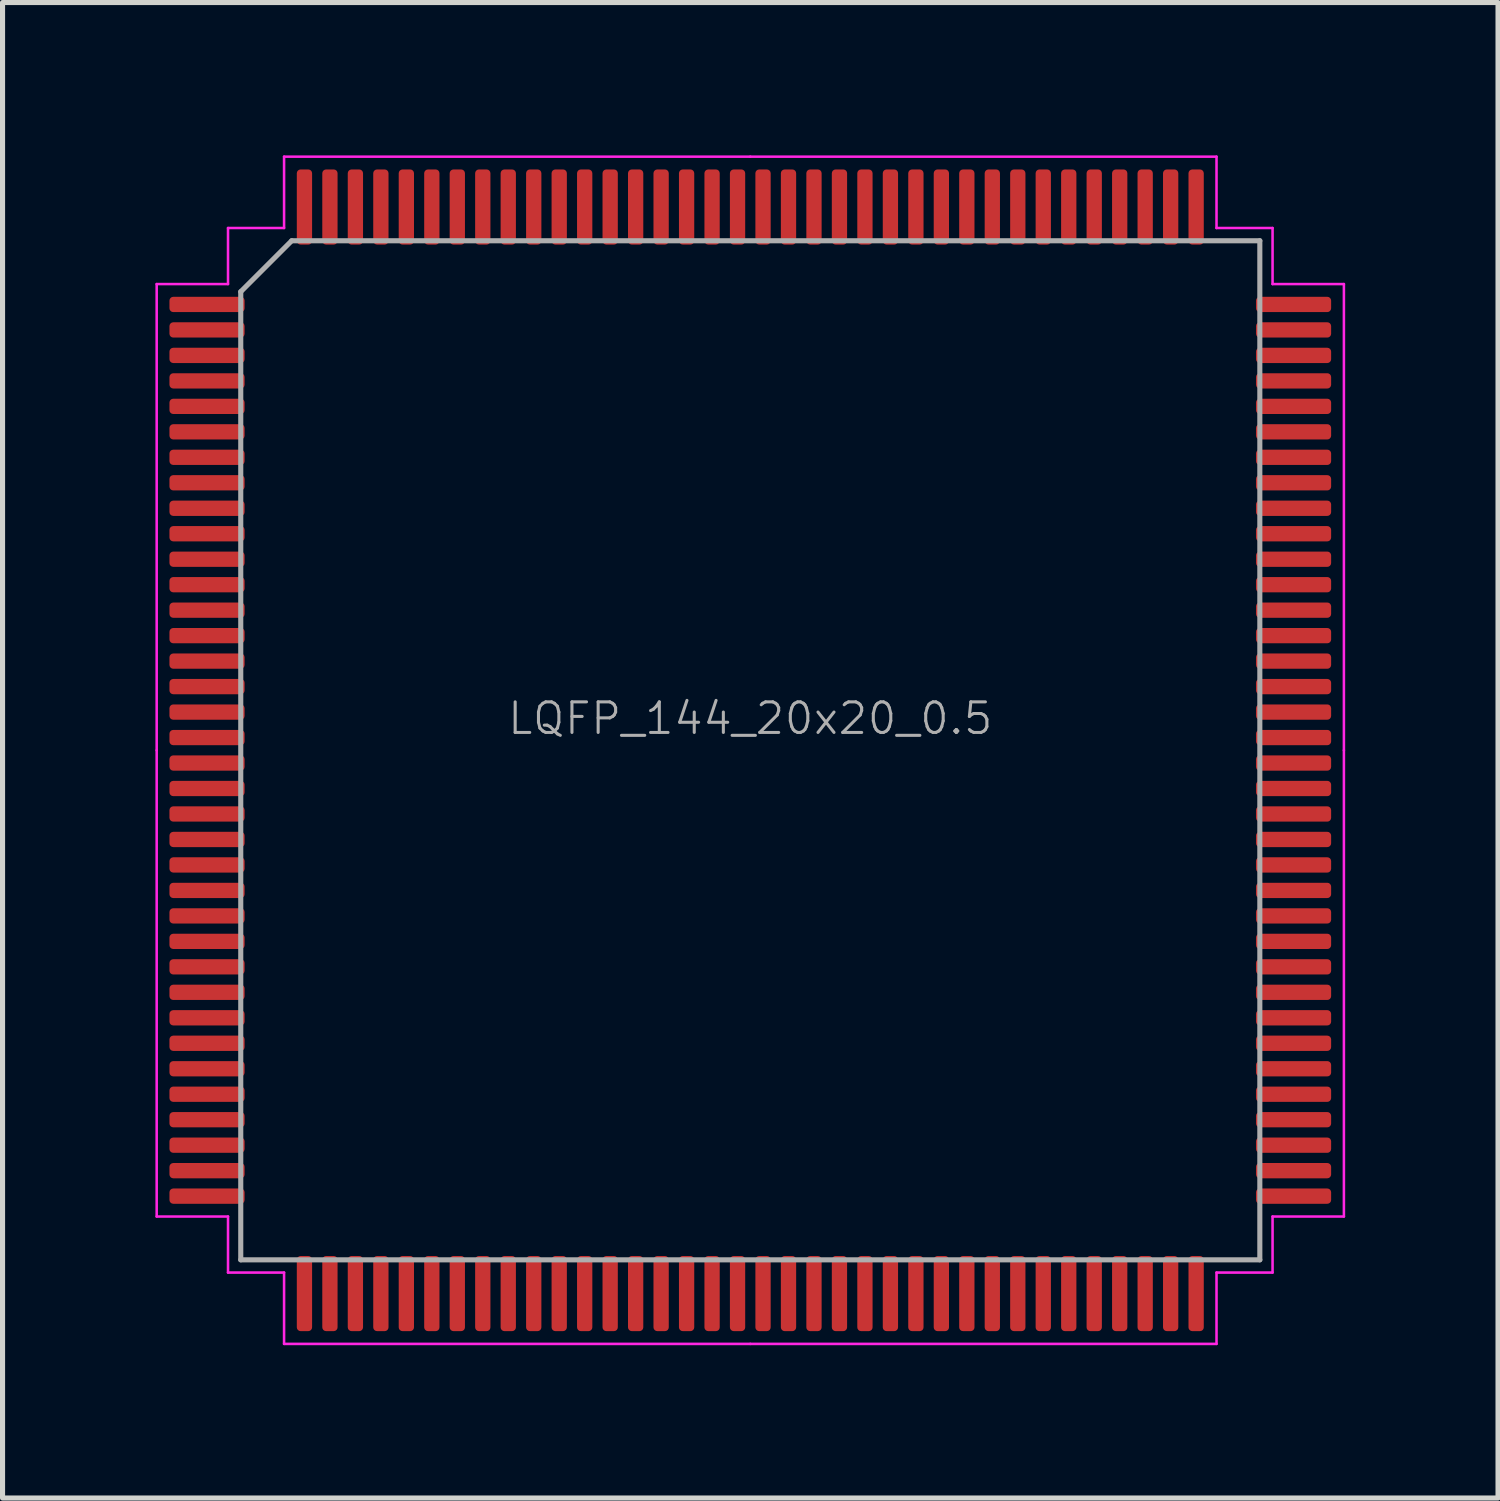
<source format=kicad_pcb>
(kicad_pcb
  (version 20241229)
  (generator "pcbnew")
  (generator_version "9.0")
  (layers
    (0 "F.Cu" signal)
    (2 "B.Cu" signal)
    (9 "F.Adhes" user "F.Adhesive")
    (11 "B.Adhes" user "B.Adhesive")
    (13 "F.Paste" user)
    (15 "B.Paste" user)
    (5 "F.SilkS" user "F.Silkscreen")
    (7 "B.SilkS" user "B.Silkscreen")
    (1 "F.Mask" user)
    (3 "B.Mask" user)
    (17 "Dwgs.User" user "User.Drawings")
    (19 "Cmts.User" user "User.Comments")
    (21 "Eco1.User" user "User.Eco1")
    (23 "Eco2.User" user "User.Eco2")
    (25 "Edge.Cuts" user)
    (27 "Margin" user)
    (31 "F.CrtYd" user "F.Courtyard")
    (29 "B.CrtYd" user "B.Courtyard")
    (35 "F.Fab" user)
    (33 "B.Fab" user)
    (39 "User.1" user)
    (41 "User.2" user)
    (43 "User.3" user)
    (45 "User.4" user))
  (footprint "LQFP_144_20x20_0.5"
    (layer "F.Cu")
    (at 11.675 11.675)
    (property "Reference" "LQFP_144_20x20_0.5" (at 0 -0.625 0) (unlocked yes) (layer "F.Fab") (effects (font (size 0.6 0.6) (thickness 0.06))))
    (attr smd)
    (fp_line (start -11.65 -9.15) (end -11.65 0) (stroke (width 0.05) (type solid)) (layer "F.CrtYd"))
    (fp_line (start -11.65 9.15) (end -11.65 0) (stroke (width 0.05) (type solid)) (layer "F.CrtYd"))
    (fp_line (start -10.25 -10.25) (end -10.25 -9.15) (stroke (width 0.05) (type solid)) (layer "F.CrtYd"))
    (fp_line (start -10.25 -9.15) (end -11.65 -9.15) (stroke (width 0.05) (type solid)) (layer "F.CrtYd"))
    (fp_line (start -10.25 9.15) (end -11.65 9.15) (stroke (width 0.05) (type solid)) (layer "F.CrtYd"))
    (fp_line (start -10.25 10.25) (end -10.25 9.15) (stroke (width 0.05) (type solid)) (layer "F.CrtYd"))
    (fp_line (start -9.15 -11.65) (end -9.15 -10.25) (stroke (width 0.05) (type solid)) (layer "F.CrtYd"))
    (fp_line (start -9.15 -10.25) (end -10.25 -10.25) (stroke (width 0.05) (type solid)) (layer "F.CrtYd"))
    (fp_line (start -9.15 10.25) (end -10.25 10.25) (stroke (width 0.05) (type solid)) (layer "F.CrtYd"))
    (fp_line (start -9.15 11.65) (end -9.15 10.25) (stroke (width 0.05) (type solid)) (layer "F.CrtYd"))
    (fp_line (start 0 -11.65) (end -9.15 -11.65) (stroke (width 0.05) (type solid)) (layer "F.CrtYd"))
    (fp_line (start 0 -11.65) (end 9.15 -11.65) (stroke (width 0.05) (type solid)) (layer "F.CrtYd"))
    (fp_line (start 0 11.65) (end -9.15 11.65) (stroke (width 0.05) (type solid)) (layer "F.CrtYd"))
    (fp_line (start 0 11.65) (end 9.15 11.65) (stroke (width 0.05) (type solid)) (layer "F.CrtYd"))
    (fp_line (start 9.15 -11.65) (end 9.15 -10.25) (stroke (width 0.05) (type solid)) (layer "F.CrtYd"))
    (fp_line (start 9.15 -10.25) (end 10.25 -10.25) (stroke (width 0.05) (type solid)) (layer "F.CrtYd"))
    (fp_line (start 9.15 10.25) (end 10.25 10.25) (stroke (width 0.05) (type solid)) (layer "F.CrtYd"))
    (fp_line (start 9.15 11.65) (end 9.15 10.25) (stroke (width 0.05) (type solid)) (layer "F.CrtYd"))
    (fp_line (start 10.25 -10.25) (end 10.25 -9.15) (stroke (width 0.05) (type solid)) (layer "F.CrtYd"))
    (fp_line (start 10.25 -9.15) (end 11.65 -9.15) (stroke (width 0.05) (type solid)) (layer "F.CrtYd"))
    (fp_line (start 10.25 9.15) (end 11.65 9.15) (stroke (width 0.05) (type solid)) (layer "F.CrtYd"))
    (fp_line (start 10.25 10.25) (end 10.25 9.15) (stroke (width 0.05) (type solid)) (layer "F.CrtYd"))
    (fp_line (start 11.65 -9.15) (end 11.65 0) (stroke (width 0.05) (type solid)) (layer "F.CrtYd"))
    (fp_line (start 11.65 9.15) (end 11.65 0) (stroke (width 0.05) (type solid)) (layer "F.CrtYd"))
    (fp_line (start -10 -9) (end -9 -10) (stroke (width 0.1) (type solid)) (layer "F.Fab"))
    (fp_line (start -10 10) (end -10 -9) (stroke (width 0.1) (type solid)) (layer "F.Fab"))
    (fp_line (start -9 -10) (end 10 -10) (stroke (width 0.1) (type solid)) (layer "F.Fab"))
    (fp_line (start 10 -10) (end 10 10) (stroke (width 0.1) (type solid)) (layer "F.Fab"))
    (fp_line (start 10 10) (end -10 10) (stroke (width 0.1) (type solid)) (layer "F.Fab"))
    (pad "1" smd roundrect (at -10.662 -8.75) (size 1.475 0.3) (layers "F.Cu" "F.Mask" "F.Paste") (roundrect_rratio 0.25))
    (pad "2" smd roundrect (at -10.662 -8.25) (size 1.475 0.3) (layers "F.Cu" "F.Mask" "F.Paste") (roundrect_rratio 0.25))
    (pad "3" smd roundrect (at -10.662 -7.75) (size 1.475 0.3) (layers "F.Cu" "F.Mask" "F.Paste") (roundrect_rratio 0.25))
    (pad "4" smd roundrect (at -10.662 -7.25) (size 1.475 0.3) (layers "F.Cu" "F.Mask" "F.Paste") (roundrect_rratio 0.25))
    (pad "5" smd roundrect (at -10.662 -6.75) (size 1.475 0.3) (layers "F.Cu" "F.Mask" "F.Paste") (roundrect_rratio 0.25))
    (pad "6" smd roundrect (at -10.662 -6.25) (size 1.475 0.3) (layers "F.Cu" "F.Mask" "F.Paste") (roundrect_rratio 0.25))
    (pad "7" smd roundrect (at -10.662 -5.75) (size 1.475 0.3) (layers "F.Cu" "F.Mask" "F.Paste") (roundrect_rratio 0.25))
    (pad "8" smd roundrect (at -10.662 -5.25) (size 1.475 0.3) (layers "F.Cu" "F.Mask" "F.Paste") (roundrect_rratio 0.25))
    (pad "9" smd roundrect (at -10.662 -4.75) (size 1.475 0.3) (layers "F.Cu" "F.Mask" "F.Paste") (roundrect_rratio 0.25))
    (pad "10" smd roundrect (at -10.662 -4.25) (size 1.475 0.3) (layers "F.Cu" "F.Mask" "F.Paste") (roundrect_rratio 0.25))
    (pad "11" smd roundrect (at -10.662 -3.75) (size 1.475 0.3) (layers "F.Cu" "F.Mask" "F.Paste") (roundrect_rratio 0.25))
    (pad "12" smd roundrect (at -10.662 -3.25) (size 1.475 0.3) (layers "F.Cu" "F.Mask" "F.Paste") (roundrect_rratio 0.25))
    (pad "13" smd roundrect (at -10.662 -2.75) (size 1.475 0.3) (layers "F.Cu" "F.Mask" "F.Paste") (roundrect_rratio 0.25))
    (pad "14" smd roundrect (at -10.662 -2.25) (size 1.475 0.3) (layers "F.Cu" "F.Mask" "F.Paste") (roundrect_rratio 0.25))
    (pad "15" smd roundrect (at -10.662 -1.75) (size 1.475 0.3) (layers "F.Cu" "F.Mask" "F.Paste") (roundrect_rratio 0.25))
    (pad "16" smd roundrect (at -10.662 -1.25) (size 1.475 0.3) (layers "F.Cu" "F.Mask" "F.Paste") (roundrect_rratio 0.25))
    (pad "17" smd roundrect (at -10.662 -0.75) (size 1.475 0.3) (layers "F.Cu" "F.Mask" "F.Paste") (roundrect_rratio 0.25))
    (pad "18" smd roundrect (at -10.662 -0.25) (size 1.475 0.3) (layers "F.Cu" "F.Mask" "F.Paste") (roundrect_rratio 0.25))
    (pad "19" smd roundrect (at -10.662 0.25) (size 1.475 0.3) (layers "F.Cu" "F.Mask" "F.Paste") (roundrect_rratio 0.25))
    (pad "20" smd roundrect (at -10.662 0.75) (size 1.475 0.3) (layers "F.Cu" "F.Mask" "F.Paste") (roundrect_rratio 0.25))
    (pad "21" smd roundrect (at -10.662 1.25) (size 1.475 0.3) (layers "F.Cu" "F.Mask" "F.Paste") (roundrect_rratio 0.25))
    (pad "22" smd roundrect (at -10.662 1.75) (size 1.475 0.3) (layers "F.Cu" "F.Mask" "F.Paste") (roundrect_rratio 0.25))
    (pad "23" smd roundrect (at -10.662 2.25) (size 1.475 0.3) (layers "F.Cu" "F.Mask" "F.Paste") (roundrect_rratio 0.25))
    (pad "24" smd roundrect (at -10.662 2.75) (size 1.475 0.3) (layers "F.Cu" "F.Mask" "F.Paste") (roundrect_rratio 0.25))
    (pad "25" smd roundrect (at -10.662 3.25) (size 1.475 0.3) (layers "F.Cu" "F.Mask" "F.Paste") (roundrect_rratio 0.25))
    (pad "26" smd roundrect (at -10.662 3.75) (size 1.475 0.3) (layers "F.Cu" "F.Mask" "F.Paste") (roundrect_rratio 0.25))
    (pad "27" smd roundrect (at -10.662 4.25) (size 1.475 0.3) (layers "F.Cu" "F.Mask" "F.Paste") (roundrect_rratio 0.25))
    (pad "28" smd roundrect (at -10.662 4.75) (size 1.475 0.3) (layers "F.Cu" "F.Mask" "F.Paste") (roundrect_rratio 0.25))
    (pad "29" smd roundrect (at -10.662 5.25) (size 1.475 0.3) (layers "F.Cu" "F.Mask" "F.Paste") (roundrect_rratio 0.25))
    (pad "30" smd roundrect (at -10.662 5.75) (size 1.475 0.3) (layers "F.Cu" "F.Mask" "F.Paste") (roundrect_rratio 0.25))
    (pad "31" smd roundrect (at -10.662 6.25) (size 1.475 0.3) (layers "F.Cu" "F.Mask" "F.Paste") (roundrect_rratio 0.25))
    (pad "32" smd roundrect (at -10.662 6.75) (size 1.475 0.3) (layers "F.Cu" "F.Mask" "F.Paste") (roundrect_rratio 0.25))
    (pad "33" smd roundrect (at -10.662 7.25) (size 1.475 0.3) (layers "F.Cu" "F.Mask" "F.Paste") (roundrect_rratio 0.25))
    (pad "34" smd roundrect (at -10.662 7.75) (size 1.475 0.3) (layers "F.Cu" "F.Mask" "F.Paste") (roundrect_rratio 0.25))
    (pad "35" smd roundrect (at -10.662 8.25) (size 1.475 0.3) (layers "F.Cu" "F.Mask" "F.Paste") (roundrect_rratio 0.25))
    (pad "36" smd roundrect (at -10.662 8.75) (size 1.475 0.3) (layers "F.Cu" "F.Mask" "F.Paste") (roundrect_rratio 0.25))
    (pad "37" smd roundrect (at -8.75 10.662) (size 0.3 1.475) (layers "F.Cu" "F.Mask" "F.Paste") (roundrect_rratio 0.25))
    (pad "38" smd roundrect (at -8.25 10.662) (size 0.3 1.475) (layers "F.Cu" "F.Mask" "F.Paste") (roundrect_rratio 0.25))
    (pad "39" smd roundrect (at -7.75 10.662) (size 0.3 1.475) (layers "F.Cu" "F.Mask" "F.Paste") (roundrect_rratio 0.25))
    (pad "40" smd roundrect (at -7.25 10.662) (size 0.3 1.475) (layers "F.Cu" "F.Mask" "F.Paste") (roundrect_rratio 0.25))
    (pad "41" smd roundrect (at -6.75 10.662) (size 0.3 1.475) (layers "F.Cu" "F.Mask" "F.Paste") (roundrect_rratio 0.25))
    (pad "42" smd roundrect (at -6.25 10.662) (size 0.3 1.475) (layers "F.Cu" "F.Mask" "F.Paste") (roundrect_rratio 0.25))
    (pad "43" smd roundrect (at -5.75 10.662) (size 0.3 1.475) (layers "F.Cu" "F.Mask" "F.Paste") (roundrect_rratio 0.25))
    (pad "44" smd roundrect (at -5.25 10.662) (size 0.3 1.475) (layers "F.Cu" "F.Mask" "F.Paste") (roundrect_rratio 0.25))
    (pad "45" smd roundrect (at -4.75 10.662) (size 0.3 1.475) (layers "F.Cu" "F.Mask" "F.Paste") (roundrect_rratio 0.25))
    (pad "46" smd roundrect (at -4.25 10.662) (size 0.3 1.475) (layers "F.Cu" "F.Mask" "F.Paste") (roundrect_rratio 0.25))
    (pad "47" smd roundrect (at -3.75 10.662) (size 0.3 1.475) (layers "F.Cu" "F.Mask" "F.Paste") (roundrect_rratio 0.25))
    (pad "48" smd roundrect (at -3.25 10.662) (size 0.3 1.475) (layers "F.Cu" "F.Mask" "F.Paste") (roundrect_rratio 0.25))
    (pad "49" smd roundrect (at -2.75 10.662) (size 0.3 1.475) (layers "F.Cu" "F.Mask" "F.Paste") (roundrect_rratio 0.25))
    (pad "50" smd roundrect (at -2.25 10.662) (size 0.3 1.475) (layers "F.Cu" "F.Mask" "F.Paste") (roundrect_rratio 0.25))
    (pad "51" smd roundrect (at -1.75 10.662) (size 0.3 1.475) (layers "F.Cu" "F.Mask" "F.Paste") (roundrect_rratio 0.25))
    (pad "52" smd roundrect (at -1.25 10.662) (size 0.3 1.475) (layers "F.Cu" "F.Mask" "F.Paste") (roundrect_rratio 0.25))
    (pad "53" smd roundrect (at -0.75 10.662) (size 0.3 1.475) (layers "F.Cu" "F.Mask" "F.Paste") (roundrect_rratio 0.25))
    (pad "54" smd roundrect (at -0.25 10.662) (size 0.3 1.475) (layers "F.Cu" "F.Mask" "F.Paste") (roundrect_rratio 0.25))
    (pad "55" smd roundrect (at 0.25 10.662) (size 0.3 1.475) (layers "F.Cu" "F.Mask" "F.Paste") (roundrect_rratio 0.25))
    (pad "56" smd roundrect (at 0.75 10.662) (size 0.3 1.475) (layers "F.Cu" "F.Mask" "F.Paste") (roundrect_rratio 0.25))
    (pad "57" smd roundrect (at 1.25 10.662) (size 0.3 1.475) (layers "F.Cu" "F.Mask" "F.Paste") (roundrect_rratio 0.25))
    (pad "58" smd roundrect (at 1.75 10.662) (size 0.3 1.475) (layers "F.Cu" "F.Mask" "F.Paste") (roundrect_rratio 0.25))
    (pad "59" smd roundrect (at 2.25 10.662) (size 0.3 1.475) (layers "F.Cu" "F.Mask" "F.Paste") (roundrect_rratio 0.25))
    (pad "60" smd roundrect (at 2.75 10.662) (size 0.3 1.475) (layers "F.Cu" "F.Mask" "F.Paste") (roundrect_rratio 0.25))
    (pad "61" smd roundrect (at 3.25 10.662) (size 0.3 1.475) (layers "F.Cu" "F.Mask" "F.Paste") (roundrect_rratio 0.25))
    (pad "62" smd roundrect (at 3.75 10.662) (size 0.3 1.475) (layers "F.Cu" "F.Mask" "F.Paste") (roundrect_rratio 0.25))
    (pad "63" smd roundrect (at 4.25 10.662) (size 0.3 1.475) (layers "F.Cu" "F.Mask" "F.Paste") (roundrect_rratio 0.25))
    (pad "64" smd roundrect (at 4.75 10.662) (size 0.3 1.475) (layers "F.Cu" "F.Mask" "F.Paste") (roundrect_rratio 0.25))
    (pad "65" smd roundrect (at 5.25 10.662) (size 0.3 1.475) (layers "F.Cu" "F.Mask" "F.Paste") (roundrect_rratio 0.25))
    (pad "66" smd roundrect (at 5.75 10.662) (size 0.3 1.475) (layers "F.Cu" "F.Mask" "F.Paste") (roundrect_rratio 0.25))
    (pad "67" smd roundrect (at 6.25 10.662) (size 0.3 1.475) (layers "F.Cu" "F.Mask" "F.Paste") (roundrect_rratio 0.25))
    (pad "68" smd roundrect (at 6.75 10.662) (size 0.3 1.475) (layers "F.Cu" "F.Mask" "F.Paste") (roundrect_rratio 0.25))
    (pad "69" smd roundrect (at 7.25 10.662) (size 0.3 1.475) (layers "F.Cu" "F.Mask" "F.Paste") (roundrect_rratio 0.25))
    (pad "70" smd roundrect (at 7.75 10.662) (size 0.3 1.475) (layers "F.Cu" "F.Mask" "F.Paste") (roundrect_rratio 0.25))
    (pad "71" smd roundrect (at 8.25 10.662) (size 0.3 1.475) (layers "F.Cu" "F.Mask" "F.Paste") (roundrect_rratio 0.25))
    (pad "72" smd roundrect (at 8.75 10.662) (size 0.3 1.475) (layers "F.Cu" "F.Mask" "F.Paste") (roundrect_rratio 0.25))
    (pad "73" smd roundrect (at 10.662 8.75) (size 1.475 0.3) (layers "F.Cu" "F.Mask" "F.Paste") (roundrect_rratio 0.25))
    (pad "74" smd roundrect (at 10.662 8.25) (size 1.475 0.3) (layers "F.Cu" "F.Mask" "F.Paste") (roundrect_rratio 0.25))
    (pad "75" smd roundrect (at 10.662 7.75) (size 1.475 0.3) (layers "F.Cu" "F.Mask" "F.Paste") (roundrect_rratio 0.25))
    (pad "76" smd roundrect (at 10.662 7.25) (size 1.475 0.3) (layers "F.Cu" "F.Mask" "F.Paste") (roundrect_rratio 0.25))
    (pad "77" smd roundrect (at 10.662 6.75) (size 1.475 0.3) (layers "F.Cu" "F.Mask" "F.Paste") (roundrect_rratio 0.25))
    (pad "78" smd roundrect (at 10.662 6.25) (size 1.475 0.3) (layers "F.Cu" "F.Mask" "F.Paste") (roundrect_rratio 0.25))
    (pad "79" smd roundrect (at 10.662 5.75) (size 1.475 0.3) (layers "F.Cu" "F.Mask" "F.Paste") (roundrect_rratio 0.25))
    (pad "80" smd roundrect (at 10.662 5.25) (size 1.475 0.3) (layers "F.Cu" "F.Mask" "F.Paste") (roundrect_rratio 0.25))
    (pad "81" smd roundrect (at 10.662 4.75) (size 1.475 0.3) (layers "F.Cu" "F.Mask" "F.Paste") (roundrect_rratio 0.25))
    (pad "82" smd roundrect (at 10.662 4.25) (size 1.475 0.3) (layers "F.Cu" "F.Mask" "F.Paste") (roundrect_rratio 0.25))
    (pad "83" smd roundrect (at 10.662 3.75) (size 1.475 0.3) (layers "F.Cu" "F.Mask" "F.Paste") (roundrect_rratio 0.25))
    (pad "84" smd roundrect (at 10.662 3.25) (size 1.475 0.3) (layers "F.Cu" "F.Mask" "F.Paste") (roundrect_rratio 0.25))
    (pad "85" smd roundrect (at 10.662 2.75) (size 1.475 0.3) (layers "F.Cu" "F.Mask" "F.Paste") (roundrect_rratio 0.25))
    (pad "86" smd roundrect (at 10.662 2.25) (size 1.475 0.3) (layers "F.Cu" "F.Mask" "F.Paste") (roundrect_rratio 0.25))
    (pad "87" smd roundrect (at 10.662 1.75) (size 1.475 0.3) (layers "F.Cu" "F.Mask" "F.Paste") (roundrect_rratio 0.25))
    (pad "88" smd roundrect (at 10.662 1.25) (size 1.475 0.3) (layers "F.Cu" "F.Mask" "F.Paste") (roundrect_rratio 0.25))
    (pad "89" smd roundrect (at 10.662 0.75) (size 1.475 0.3) (layers "F.Cu" "F.Mask" "F.Paste") (roundrect_rratio 0.25))
    (pad "90" smd roundrect (at 10.662 0.25) (size 1.475 0.3) (layers "F.Cu" "F.Mask" "F.Paste") (roundrect_rratio 0.25))
    (pad "91" smd roundrect (at 10.662 -0.25) (size 1.475 0.3) (layers "F.Cu" "F.Mask" "F.Paste") (roundrect_rratio 0.25))
    (pad "92" smd roundrect (at 10.662 -0.75) (size 1.475 0.3) (layers "F.Cu" "F.Mask" "F.Paste") (roundrect_rratio 0.25))
    (pad "93" smd roundrect (at 10.662 -1.25) (size 1.475 0.3) (layers "F.Cu" "F.Mask" "F.Paste") (roundrect_rratio 0.25))
    (pad "94" smd roundrect (at 10.662 -1.75) (size 1.475 0.3) (layers "F.Cu" "F.Mask" "F.Paste") (roundrect_rratio 0.25))
    (pad "95" smd roundrect (at 10.662 -2.25) (size 1.475 0.3) (layers "F.Cu" "F.Mask" "F.Paste") (roundrect_rratio 0.25))
    (pad "96" smd roundrect (at 10.662 -2.75) (size 1.475 0.3) (layers "F.Cu" "F.Mask" "F.Paste") (roundrect_rratio 0.25))
    (pad "97" smd roundrect (at 10.662 -3.25) (size 1.475 0.3) (layers "F.Cu" "F.Mask" "F.Paste") (roundrect_rratio 0.25))
    (pad "98" smd roundrect (at 10.662 -3.75) (size 1.475 0.3) (layers "F.Cu" "F.Mask" "F.Paste") (roundrect_rratio 0.25))
    (pad "99" smd roundrect (at 10.662 -4.25) (size 1.475 0.3) (layers "F.Cu" "F.Mask" "F.Paste") (roundrect_rratio 0.25))
    (pad "100" smd roundrect (at 10.662 -4.75) (size 1.475 0.3) (layers "F.Cu" "F.Mask" "F.Paste") (roundrect_rratio 0.25))
    (pad "101" smd roundrect (at 10.662 -5.25) (size 1.475 0.3) (layers "F.Cu" "F.Mask" "F.Paste") (roundrect_rratio 0.25))
    (pad "102" smd roundrect (at 10.662 -5.75) (size 1.475 0.3) (layers "F.Cu" "F.Mask" "F.Paste") (roundrect_rratio 0.25))
    (pad "103" smd roundrect (at 10.662 -6.25) (size 1.475 0.3) (layers "F.Cu" "F.Mask" "F.Paste") (roundrect_rratio 0.25))
    (pad "104" smd roundrect (at 10.662 -6.75) (size 1.475 0.3) (layers "F.Cu" "F.Mask" "F.Paste") (roundrect_rratio 0.25))
    (pad "105" smd roundrect (at 10.662 -7.25) (size 1.475 0.3) (layers "F.Cu" "F.Mask" "F.Paste") (roundrect_rratio 0.25))
    (pad "106" smd roundrect (at 10.662 -7.75) (size 1.475 0.3) (layers "F.Cu" "F.Mask" "F.Paste") (roundrect_rratio 0.25))
    (pad "107" smd roundrect (at 10.662 -8.25) (size 1.475 0.3) (layers "F.Cu" "F.Mask" "F.Paste") (roundrect_rratio 0.25))
    (pad "108" smd roundrect (at 10.662 -8.75) (size 1.475 0.3) (layers "F.Cu" "F.Mask" "F.Paste") (roundrect_rratio 0.25))
    (pad "109" smd roundrect (at 8.75 -10.662) (size 0.3 1.475) (layers "F.Cu" "F.Mask" "F.Paste") (roundrect_rratio 0.25))
    (pad "110" smd roundrect (at 8.25 -10.662) (size 0.3 1.475) (layers "F.Cu" "F.Mask" "F.Paste") (roundrect_rratio 0.25))
    (pad "111" smd roundrect (at 7.75 -10.662) (size 0.3 1.475) (layers "F.Cu" "F.Mask" "F.Paste") (roundrect_rratio 0.25))
    (pad "112" smd roundrect (at 7.25 -10.662) (size 0.3 1.475) (layers "F.Cu" "F.Mask" "F.Paste") (roundrect_rratio 0.25))
    (pad "113" smd roundrect (at 6.75 -10.662) (size 0.3 1.475) (layers "F.Cu" "F.Mask" "F.Paste") (roundrect_rratio 0.25))
    (pad "114" smd roundrect (at 6.25 -10.662) (size 0.3 1.475) (layers "F.Cu" "F.Mask" "F.Paste") (roundrect_rratio 0.25))
    (pad "115" smd roundrect (at 5.75 -10.662) (size 0.3 1.475) (layers "F.Cu" "F.Mask" "F.Paste") (roundrect_rratio 0.25))
    (pad "116" smd roundrect (at 5.25 -10.662) (size 0.3 1.475) (layers "F.Cu" "F.Mask" "F.Paste") (roundrect_rratio 0.25))
    (pad "117" smd roundrect (at 4.75 -10.662) (size 0.3 1.475) (layers "F.Cu" "F.Mask" "F.Paste") (roundrect_rratio 0.25))
    (pad "118" smd roundrect (at 4.25 -10.662) (size 0.3 1.475) (layers "F.Cu" "F.Mask" "F.Paste") (roundrect_rratio 0.25))
    (pad "119" smd roundrect (at 3.75 -10.662) (size 0.3 1.475) (layers "F.Cu" "F.Mask" "F.Paste") (roundrect_rratio 0.25))
    (pad "120" smd roundrect (at 3.25 -10.662) (size 0.3 1.475) (layers "F.Cu" "F.Mask" "F.Paste") (roundrect_rratio 0.25))
    (pad "121" smd roundrect (at 2.75 -10.662) (size 0.3 1.475) (layers "F.Cu" "F.Mask" "F.Paste") (roundrect_rratio 0.25))
    (pad "122" smd roundrect (at 2.25 -10.662) (size 0.3 1.475) (layers "F.Cu" "F.Mask" "F.Paste") (roundrect_rratio 0.25))
    (pad "123" smd roundrect (at 1.75 -10.662) (size 0.3 1.475) (layers "F.Cu" "F.Mask" "F.Paste") (roundrect_rratio 0.25))
    (pad "124" smd roundrect (at 1.25 -10.662) (size 0.3 1.475) (layers "F.Cu" "F.Mask" "F.Paste") (roundrect_rratio 0.25))
    (pad "125" smd roundrect (at 0.75 -10.662) (size 0.3 1.475) (layers "F.Cu" "F.Mask" "F.Paste") (roundrect_rratio 0.25))
    (pad "126" smd roundrect (at 0.25 -10.662) (size 0.3 1.475) (layers "F.Cu" "F.Mask" "F.Paste") (roundrect_rratio 0.25))
    (pad "127" smd roundrect (at -0.25 -10.662) (size 0.3 1.475) (layers "F.Cu" "F.Mask" "F.Paste") (roundrect_rratio 0.25))
    (pad "128" smd roundrect (at -0.75 -10.662) (size 0.3 1.475) (layers "F.Cu" "F.Mask" "F.Paste") (roundrect_rratio 0.25))
    (pad "129" smd roundrect (at -1.25 -10.662) (size 0.3 1.475) (layers "F.Cu" "F.Mask" "F.Paste") (roundrect_rratio 0.25))
    (pad "130" smd roundrect (at -1.75 -10.662) (size 0.3 1.475) (layers "F.Cu" "F.Mask" "F.Paste") (roundrect_rratio 0.25))
    (pad "131" smd roundrect (at -2.25 -10.662) (size 0.3 1.475) (layers "F.Cu" "F.Mask" "F.Paste") (roundrect_rratio 0.25))
    (pad "132" smd roundrect (at -2.75 -10.662) (size 0.3 1.475) (layers "F.Cu" "F.Mask" "F.Paste") (roundrect_rratio 0.25))
    (pad "133" smd roundrect (at -3.25 -10.662) (size 0.3 1.475) (layers "F.Cu" "F.Mask" "F.Paste") (roundrect_rratio 0.25))
    (pad "134" smd roundrect (at -3.75 -10.662) (size 0.3 1.475) (layers "F.Cu" "F.Mask" "F.Paste") (roundrect_rratio 0.25))
    (pad "135" smd roundrect (at -4.25 -10.662) (size 0.3 1.475) (layers "F.Cu" "F.Mask" "F.Paste") (roundrect_rratio 0.25))
    (pad "136" smd roundrect (at -4.75 -10.662) (size 0.3 1.475) (layers "F.Cu" "F.Mask" "F.Paste") (roundrect_rratio 0.25))
    (pad "137" smd roundrect (at -5.25 -10.662) (size 0.3 1.475) (layers "F.Cu" "F.Mask" "F.Paste") (roundrect_rratio 0.25))
    (pad "138" smd roundrect (at -5.75 -10.662) (size 0.3 1.475) (layers "F.Cu" "F.Mask" "F.Paste") (roundrect_rratio 0.25))
    (pad "139" smd roundrect (at -6.25 -10.662) (size 0.3 1.475) (layers "F.Cu" "F.Mask" "F.Paste") (roundrect_rratio 0.25))
    (pad "140" smd roundrect (at -6.75 -10.662) (size 0.3 1.475) (layers "F.Cu" "F.Mask" "F.Paste") (roundrect_rratio 0.25))
    (pad "141" smd roundrect (at -7.25 -10.662) (size 0.3 1.475) (layers "F.Cu" "F.Mask" "F.Paste") (roundrect_rratio 0.25))
    (pad "142" smd roundrect (at -7.75 -10.662) (size 0.3 1.475) (layers "F.Cu" "F.Mask" "F.Paste") (roundrect_rratio 0.25))
    (pad "143" smd roundrect (at -8.25 -10.662) (size 0.3 1.475) (layers "F.Cu" "F.Mask" "F.Paste") (roundrect_rratio 0.25))
    (pad "144" smd roundrect (at -8.75 -10.662) (size 0.3 1.475) (layers "F.Cu" "F.Mask" "F.Paste") (roundrect_rratio 0.25)))
  (gr_rect
    (start -3 -3)
    (end 26.35 26.35)
    (stroke (width 0.1) (type default))
    (fill no)
    (layer "Edge.Cuts")))
</source>
